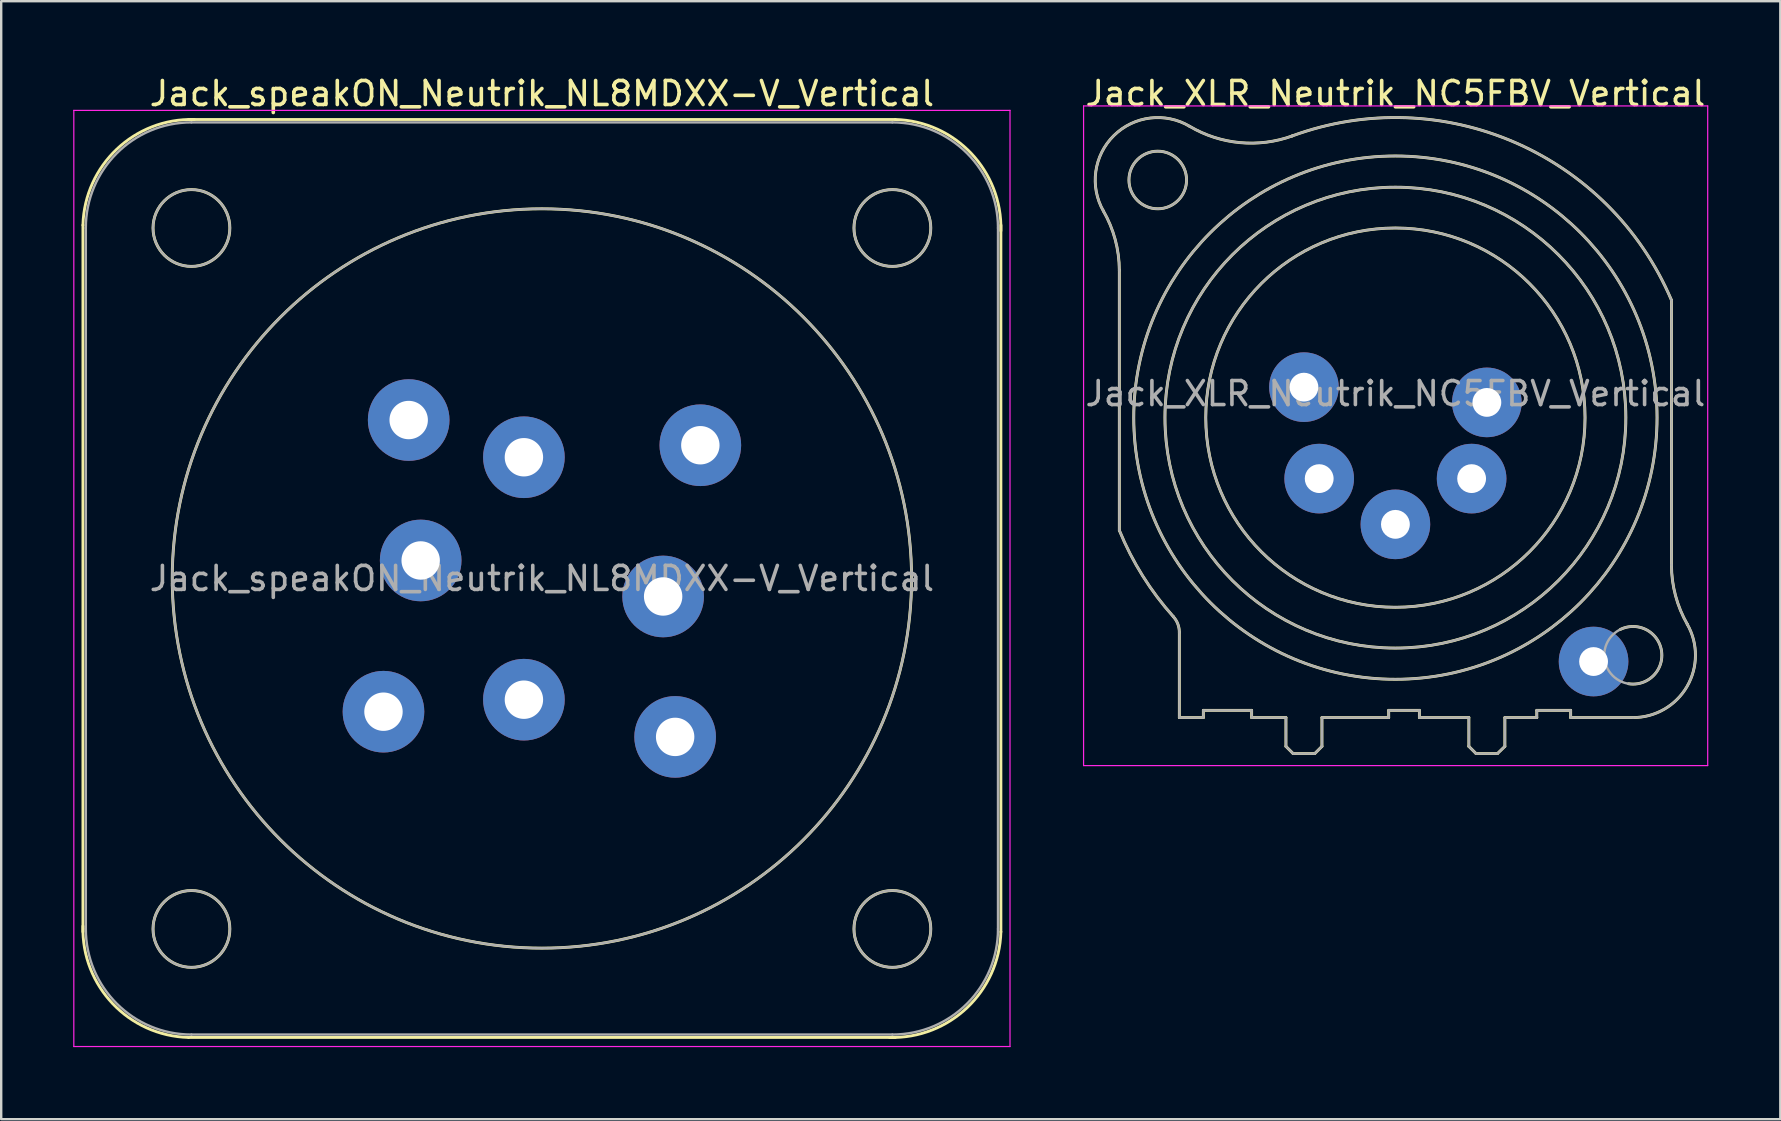
<source format=kicad_pcb>
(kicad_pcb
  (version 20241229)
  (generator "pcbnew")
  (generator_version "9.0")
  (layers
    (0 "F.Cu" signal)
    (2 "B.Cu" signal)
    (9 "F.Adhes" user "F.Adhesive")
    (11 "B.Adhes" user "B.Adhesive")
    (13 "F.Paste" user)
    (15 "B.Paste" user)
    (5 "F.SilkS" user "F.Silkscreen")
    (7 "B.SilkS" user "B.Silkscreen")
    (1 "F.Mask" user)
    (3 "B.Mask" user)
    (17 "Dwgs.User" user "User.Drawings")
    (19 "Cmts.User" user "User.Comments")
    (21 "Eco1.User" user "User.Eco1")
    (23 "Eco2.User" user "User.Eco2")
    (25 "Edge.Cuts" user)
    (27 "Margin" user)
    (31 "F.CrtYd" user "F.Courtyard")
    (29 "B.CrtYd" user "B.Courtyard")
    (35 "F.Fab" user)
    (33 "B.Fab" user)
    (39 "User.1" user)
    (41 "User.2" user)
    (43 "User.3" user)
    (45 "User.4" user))
  (footprint "Jack_XLR_Neutrik_NC5FBV_Vertical"
    (layer "F.Cu")
    (at 58.89 13.713)
    (property "Reference" "Jack_XLR_Neutrik_NC5FBV_Vertical" (at -3.81 -12.865 0) (layer "F.SilkS") (effects (font (size 1 1) (thickness 0.15))))
    (attr through_hole)
    (fp_line (start -15.31 -5.5) (end -15.31 5.33) (stroke (width 0.12) (type solid)) (layer "F.SilkS"))
    (fp_line (start -12.81 9.58) (end -12.81 13.13) (stroke (width 0.12) (type solid)) (layer "F.SilkS"))
    (fp_line (start -11.81 12.83) (end -11.81 13.13) (stroke (width 0.12) (type solid)) (layer "F.SilkS"))
    (fp_line (start -11.81 12.83) (end -9.8 12.83) (stroke (width 0.12) (type solid)) (layer "F.SilkS"))
    (fp_line (start -11.81 13.13) (end -12.81 13.13) (stroke (width 0.12) (type solid)) (layer "F.SilkS"))
    (fp_line (start -9.8 12.83) (end -9.8 13.13) (stroke (width 0.12) (type solid)) (layer "F.SilkS"))
    (fp_line (start -8.37 13.13) (end -9.8 13.13) (stroke (width 0.12) (type solid)) (layer "F.SilkS"))
    (fp_line (start -8.37 13.13) (end -8.37 14.33) (stroke (width 0.12) (type solid)) (layer "F.SilkS"))
    (fp_line (start -8.37 14.33) (end -8.07 14.63) (stroke (width 0.12) (type solid)) (layer "F.SilkS"))
    (fp_line (start -8.07 14.63) (end -7.17 14.63) (stroke (width 0.12) (type solid)) (layer "F.SilkS"))
    (fp_line (start -6.87 13.13) (end -6.87 14.33) (stroke (width 0.12) (type solid)) (layer "F.SilkS"))
    (fp_line (start -6.87 14.33) (end -7.17 14.63) (stroke (width 0.12) (type solid)) (layer "F.SilkS"))
    (fp_line (start -4.09 12.83) (end -4.09 13.13) (stroke (width 0.12) (type solid)) (layer "F.SilkS"))
    (fp_line (start -4.09 12.83) (end -2.81 12.83) (stroke (width 0.12) (type solid)) (layer "F.SilkS"))
    (fp_line (start -4.09 13.13) (end -6.87 13.13) (stroke (width 0.12) (type solid)) (layer "F.SilkS"))
    (fp_line (start -2.81 12.83) (end -2.81 13.13) (stroke (width 0.12) (type solid)) (layer "F.SilkS"))
    (fp_line (start -0.75 13.13) (end -2.81 13.13) (stroke (width 0.12) (type solid)) (layer "F.SilkS"))
    (fp_line (start -0.75 13.13) (end -0.75 14.33) (stroke (width 0.12) (type solid)) (layer "F.SilkS"))
    (fp_line (start -0.75 14.33) (end -0.45 14.63) (stroke (width 0.12) (type solid)) (layer "F.SilkS"))
    (fp_line (start -0.45 14.63) (end 0.44 14.63) (stroke (width 0.12) (type solid)) (layer "F.SilkS"))
    (fp_line (start 0.75 13.13) (end 0.75 14.33) (stroke (width 0.12) (type solid)) (layer "F.SilkS"))
    (fp_line (start 0.75 14.33) (end 0.44 14.63) (stroke (width 0.12) (type solid)) (layer "F.SilkS"))
    (fp_line (start 2.08 12.83) (end 2.08 13.13) (stroke (width 0.12) (type solid)) (layer "F.SilkS"))
    (fp_line (start 2.08 12.83) (end 3.49 12.83) (stroke (width 0.12) (type solid)) (layer "F.SilkS"))
    (fp_line (start 2.08 13.13) (end 0.75 13.13) (stroke (width 0.12) (type solid)) (layer "F.SilkS"))
    (fp_line (start 3.49 12.83) (end 3.49 13.13) (stroke (width 0.12) (type solid)) (layer "F.SilkS"))
    (fp_line (start 6.09 13.13) (end 3.49 13.13) (stroke (width 0.12) (type solid)) (layer "F.SilkS"))
    (fp_line (start 7.69 6.77) (end 7.69 -4.26) (stroke (width 0.12) (type solid)) (layer "F.SilkS"))
    (fp_arc (start -15.978065 -7.979621) (mid -15.482459 -6.783342) (end -15.31 -5.5) (stroke (width 0.12) (type solid)) (layer "F.SilkS"))
    (fp_arc (start -15.970602 -7.965327) (mid -15.537562 -11.11648) (end -12.38 -11.5) (stroke (width 0.12) (type solid)) (layer "F.SilkS"))
    (fp_arc (start -13.064011 8.921714) (mid -12.875705 9.227203) (end -12.81 9.58) (stroke (width 0.12) (type solid)) (layer "F.SilkS"))
    (fp_arc (start -13.054249 8.9318) (mid -14.337308 7.228089) (end -15.31 5.33) (stroke (width 0.12) (type solid)) (layer "F.SilkS"))
    (fp_arc (start -8.116912 -11.097925) (mid 1.152301 -10.83612) (end 7.69 -4.26) (stroke (width 0.12) (type solid)) (layer "F.SilkS"))
    (fp_arc (start -8.098974 -11.103419) (mid -10.283992 -10.821287) (end -12.38 -11.5) (stroke (width 0.12) (type solid)) (layer "F.SilkS"))
    (fp_arc (start 5.554673 9.460872) (mid 7.276356 10.353655) (end 5.9 11.72) (stroke (width 0.12) (type solid)) (layer "F.SilkS"))
    (fp_arc (start 8.348442 9.241807) (mid 8.338255 11.83589) (end 6.09 13.13) (stroke (width 0.12) (type solid)) (layer "F.SilkS"))
    (fp_arc (start 8.351797 9.24598) (mid 7.859562 8.051113) (end 7.69 6.77) (stroke (width 0.12) (type solid)) (layer "F.SilkS"))
    (fp_circle (center -13.71 -9.265) (end -12.51 -9.265) (stroke (width 0.12) (type solid)) (fill no) (layer "F.SilkS"))
    (fp_circle (center -3.81 0.635) (end 4.09 0.635) (stroke (width 0.12) (type solid)) (fill no) (layer "F.SilkS"))
    (fp_circle (center -3.81 0.635) (end 5.79 0.635) (stroke (width 0.12) (type solid)) (fill no) (layer "F.SilkS"))
    (fp_circle (center -3.81 0.635) (end 7.09 0.635) (stroke (width 0.12) (type solid)) (fill no) (layer "F.SilkS"))
    (fp_line (start -16.8 -12.35) (end 9.2 -12.35) (stroke (width 0.05) (type solid)) (layer "F.CrtYd"))
    (fp_line (start -16.8 15.13) (end -16.8 -12.35) (stroke (width 0.05) (type solid)) (layer "F.CrtYd"))
    (fp_line (start 9.2 -12.35) (end 9.2 15.13) (stroke (width 0.05) (type solid)) (layer "F.CrtYd"))
    (fp_line (start 9.2 15.13) (end -16.8 15.13) (stroke (width 0.05) (type solid)) (layer "F.CrtYd"))
    (fp_line (start -15.31 -5.5) (end -15.31 5.33) (stroke (width 0.1) (type solid)) (layer "F.Fab"))
    (fp_line (start -12.81 9.58) (end -12.81 13.13) (stroke (width 0.1) (type solid)) (layer "F.Fab"))
    (fp_line (start -11.81 12.83) (end -11.81 13.13) (stroke (width 0.1) (type solid)) (layer "F.Fab"))
    (fp_line (start -11.81 12.83) (end -9.8 12.83) (stroke (width 0.1) (type solid)) (layer "F.Fab"))
    (fp_line (start -11.81 13.13) (end -12.81 13.13) (stroke (width 0.1) (type solid)) (layer "F.Fab"))
    (fp_line (start -9.8 12.83) (end -9.8 13.13) (stroke (width 0.1) (type solid)) (layer "F.Fab"))
    (fp_line (start -8.37 13.13) (end -9.8 13.13) (stroke (width 0.1) (type solid)) (layer "F.Fab"))
    (fp_line (start -8.37 13.13) (end -8.37 14.33) (stroke (width 0.1) (type solid)) (layer "F.Fab"))
    (fp_line (start -8.37 14.33) (end -8.07 14.63) (stroke (width 0.1) (type solid)) (layer "F.Fab"))
    (fp_line (start -8.07 14.63) (end -7.17 14.63) (stroke (width 0.1) (type solid)) (layer "F.Fab"))
    (fp_line (start -6.87 13.13) (end -6.87 14.33) (stroke (width 0.1) (type solid)) (layer "F.Fab"))
    (fp_line (start -6.87 14.33) (end -7.17 14.63) (stroke (width 0.1) (type solid)) (layer "F.Fab"))
    (fp_line (start -4.09 12.83) (end -4.09 13.13) (stroke (width 0.1) (type solid)) (layer "F.Fab"))
    (fp_line (start -4.09 12.83) (end -2.81 12.83) (stroke (width 0.1) (type solid)) (layer "F.Fab"))
    (fp_line (start -4.09 13.13) (end -6.87 13.13) (stroke (width 0.1) (type solid)) (layer "F.Fab"))
    (fp_line (start -2.81 12.83) (end -2.81 13.13) (stroke (width 0.1) (type solid)) (layer "F.Fab"))
    (fp_line (start -0.75 13.13) (end -2.81 13.13) (stroke (width 0.1) (type solid)) (layer "F.Fab"))
    (fp_line (start -0.75 13.13) (end -0.75 14.33) (stroke (width 0.1) (type solid)) (layer "F.Fab"))
    (fp_line (start -0.75 14.33) (end -0.45 14.63) (stroke (width 0.1) (type solid)) (layer "F.Fab"))
    (fp_line (start -0.45 14.63) (end 0.44 14.63) (stroke (width 0.1) (type solid)) (layer "F.Fab"))
    (fp_line (start 0.75 13.13) (end 0.75 14.33) (stroke (width 0.1) (type solid)) (layer "F.Fab"))
    (fp_line (start 0.75 14.33) (end 0.44 14.63) (stroke (width 0.1) (type solid)) (layer "F.Fab"))
    (fp_line (start 2.08 12.83) (end 2.08 13.13) (stroke (width 0.1) (type solid)) (layer "F.Fab"))
    (fp_line (start 2.08 12.83) (end 3.49 12.83) (stroke (width 0.1) (type solid)) (layer "F.Fab"))
    (fp_line (start 2.08 13.13) (end 0.75 13.13) (stroke (width 0.1) (type solid)) (layer "F.Fab"))
    (fp_line (start 3.49 12.83) (end 3.49 13.13) (stroke (width 0.1) (type solid)) (layer "F.Fab"))
    (fp_line (start 6.09 13.13) (end 3.49 13.13) (stroke (width 0.1) (type solid)) (layer "F.Fab"))
    (fp_line (start 7.69 6.77) (end 7.69 -4.26) (stroke (width 0.1) (type solid)) (layer "F.Fab"))
    (fp_arc (start -15.978065 -7.979621) (mid -15.482459 -6.783342) (end -15.31 -5.5) (stroke (width 0.1) (type solid)) (layer "F.Fab"))
    (fp_arc (start -15.970602 -7.965327) (mid -15.537562 -11.11648) (end -12.38 -11.5) (stroke (width 0.1) (type solid)) (layer "F.Fab"))
    (fp_arc (start -13.064011 8.921714) (mid -12.875705 9.227203) (end -12.81 9.58) (stroke (width 0.1) (type solid)) (layer "F.Fab"))
    (fp_arc (start -13.054249 8.9318) (mid -14.337308 7.228089) (end -15.31 5.33) (stroke (width 0.1) (type solid)) (layer "F.Fab"))
    (fp_arc (start -8.116912 -11.097925) (mid 1.152301 -10.83612) (end 7.69 -4.26) (stroke (width 0.1) (type solid)) (layer "F.Fab"))
    (fp_arc (start -8.098974 -11.103419) (mid -10.283992 -10.821287) (end -12.38 -11.5) (stroke (width 0.1) (type solid)) (layer "F.Fab"))
    (fp_arc (start 8.348442 9.241807) (mid 8.338255 11.83589) (end 6.09 13.13) (stroke (width 0.1) (type solid)) (layer "F.Fab"))
    (fp_arc (start 8.351797 9.24598) (mid 7.859562 8.051113) (end 7.69 6.77) (stroke (width 0.1) (type solid)) (layer "F.Fab"))
    (fp_circle (center -13.71 -9.265) (end -12.51 -9.265) (stroke (width 0.1) (type solid)) (fill no) (layer "F.Fab"))
    (fp_circle (center -3.81 0.635) (end 4.09 0.635) (stroke (width 0.1) (type solid)) (fill no) (layer "F.Fab"))
    (fp_circle (center -3.81 0.635) (end 5.79 0.635) (stroke (width 0.1) (type solid)) (fill no) (layer "F.Fab"))
    (fp_circle (center -3.81 0.635) (end 7.09 0.635) (stroke (width 0.1) (type solid)) (fill no) (layer "F.Fab"))
    (fp_circle (center 6.09 10.535) (end 7.29 10.535) (stroke (width 0.1) (type solid)) (fill no) (layer "F.Fab"))
    (fp_text user "${REFERENCE}" (at -3.81 -0.365 0) (layer "F.Fab") (effects (font (size 1 1) (thickness 0.15))))
    (pad "1" thru_hole circle (at 0 0) (size 2.9 2.9) (drill 1.2) (layers "*.Cu" "*.Mask"))
    (pad "2" thru_hole circle (at -0.635 3.175) (size 2.9 2.9) (drill 1.2) (layers "*.Cu" "*.Mask"))
    (pad "3" thru_hole circle (at -3.81 5.08) (size 2.9 2.9) (drill 1.2) (layers "*.Cu" "*.Mask"))
    (pad "4" thru_hole circle (at -6.985 3.175) (size 2.9 2.9) (drill 1.2) (layers "*.Cu" "*.Mask"))
    (pad "5" thru_hole circle (at -7.62 -0.635) (size 2.9 2.9) (drill 1.2) (layers "*.Cu" "*.Mask"))
    (pad "G" thru_hole circle (at 4.445 10.795) (size 2.9 2.9) (drill 1.2) (layers "*.Cu" "*.Mask")))
  (footprint "Jack_speakON_Neutrik_NL8MDXX-V_Vertical"
    (layer "F.Cu")
    (at 18.775 15.998)
    (property "Reference" "Jack_speakON_Neutrik_NL8MDXX-V_Vertical" (at 0.75 -15.15 0) (layer "F.SilkS") (effects (font (size 1 1) (thickness 0.15))))
    (attr through_hole)
    (fp_line (start -18.37 19.77) (end -18.37 -9.67) (stroke (width 0.12) (type solid)) (layer "F.SilkS"))
    (fp_line (start -13.97 -14.07) (end 15.47 -14.07) (stroke (width 0.12) (type solid)) (layer "F.SilkS"))
    (fp_line (start -13.97 24.17) (end 15.47 24.17) (stroke (width 0.12) (type solid)) (layer "F.SilkS"))
    (fp_line (start 19.87 19.77) (end 19.87 -9.67) (stroke (width 0.12) (type solid)) (layer "F.SilkS"))
    (fp_arc (start -18.37 -9.67) (mid -16.96127 -12.830975) (end -13.73 -14.07) (stroke (width 0.12) (type solid)) (layer "F.SilkS"))
    (fp_arc (start -13.97 24.17) (mid -17.130975 22.76127) (end -18.37 19.53) (stroke (width 0.12) (type solid)) (layer "F.SilkS"))
    (fp_arc (start 15.47 -14.07) (mid 18.630975 -12.66127) (end 19.87 -9.43) (stroke (width 0.12) (type solid)) (layer "F.SilkS"))
    (fp_arc (start 19.87 19.77) (mid 18.46127 22.930975) (end 15.23 24.17) (stroke (width 0.12) (type solid)) (layer "F.SilkS"))
    (fp_circle (center -13.85 -9.55) (end -12.25 -9.55) (stroke (width 0.12) (type solid)) (fill no) (layer "F.SilkS"))
    (fp_circle (center -13.85 19.65) (end -12.25 19.65) (stroke (width 0.12) (type solid)) (fill no) (layer "F.SilkS"))
    (fp_circle (center 0.75 5.05) (end 16.15 5.05) (stroke (width 0.12) (type solid)) (fill no) (layer "F.SilkS"))
    (fp_circle (center 15.35 -9.55) (end 16.95 -9.55) (stroke (width 0.12) (type solid)) (fill no) (layer "F.SilkS"))
    (fp_circle (center 15.35 19.65) (end 16.95 19.65) (stroke (width 0.12) (type solid)) (fill no) (layer "F.SilkS"))
    (fp_line (start -18.75 -14.45) (end 20.25 -14.45) (stroke (width 0.05) (type solid)) (layer "F.CrtYd"))
    (fp_line (start -18.75 24.55) (end -18.75 -14.45) (stroke (width 0.05) (type solid)) (layer "F.CrtYd"))
    (fp_line (start -18.75 24.55) (end 20.25 24.55) (stroke (width 0.05) (type solid)) (layer "F.CrtYd"))
    (fp_line (start 20.25 24.55) (end 20.25 -14.45) (stroke (width 0.05) (type solid)) (layer "F.CrtYd"))
    (fp_line (start -18.25 19.65) (end -18.25 -9.55) (stroke (width 0.1) (type solid)) (layer "F.Fab"))
    (fp_line (start -13.85 -13.95) (end 15.35 -13.95) (stroke (width 0.1) (type solid)) (layer "F.Fab"))
    (fp_line (start -13.85 24.05) (end 15.35 24.05) (stroke (width 0.1) (type solid)) (layer "F.Fab"))
    (fp_line (start 19.75 19.65) (end 19.75 -9.55) (stroke (width 0.1) (type solid)) (layer "F.Fab"))
    (fp_arc (start -18.25 -9.55) (mid -16.96127 -12.66127) (end -13.85 -13.95) (stroke (width 0.1) (type solid)) (layer "F.Fab"))
    (fp_arc (start -13.85 24.05) (mid -16.96127 22.76127) (end -18.25 19.65) (stroke (width 0.1) (type solid)) (layer "F.Fab"))
    (fp_arc (start 15.35 -13.95) (mid 18.46127 -12.66127) (end 19.75 -9.55) (stroke (width 0.1) (type solid)) (layer "F.Fab"))
    (fp_arc (start 19.75 19.65) (mid 18.46127 22.76127) (end 15.35 24.05) (stroke (width 0.1) (type solid)) (layer "F.Fab"))
    (fp_circle (center -13.85 -9.55) (end -12.25 -9.55) (stroke (width 0.1) (type solid)) (fill no) (layer "F.Fab"))
    (fp_circle (center -13.85 19.65) (end -12.25 19.65) (stroke (width 0.1) (type solid)) (fill no) (layer "F.Fab"))
    (fp_circle (center 0.75 5.05) (end 16.15 5.05) (stroke (width 0.1) (type solid)) (fill no) (layer "F.Fab"))
    (fp_circle (center 15.35 -9.55) (end 13.75 -9.55) (stroke (width 0.1) (type solid)) (fill no) (layer "F.Fab"))
    (fp_circle (center 15.35 19.65) (end 13.75 19.65) (stroke (width 0.1) (type solid)) (fill no) (layer "F.Fab"))
    (fp_text user "${REFERENCE}" (at 0.75 5.05 0) (layer "F.Fab") (effects (font (size 1 1) (thickness 0.15))))
    (pad "1+" thru_hole circle (at 0 0) (size 3.4 3.4) (drill 1.6) (layers "*.Cu" "*.Mask"))
    (pad "1-" thru_hole circle (at -4.8 -1.55) (size 3.4 3.4) (drill 1.6) (layers "*.Cu" "*.Mask"))
    (pad "2+" thru_hole circle (at -4.3 4.3) (size 3.4 3.4) (drill 1.6) (layers "*.Cu" "*.Mask"))
    (pad "2-" thru_hole circle (at -5.85 10.6) (size 3.4 3.4) (drill 1.6) (layers "*.Cu" "*.Mask"))
    (pad "3+" thru_hole circle (at 0 10.1) (size 3.4 3.4) (drill 1.6) (layers "*.Cu" "*.Mask"))
    (pad "3-" thru_hole circle (at 6.3 11.65) (size 3.4 3.4) (drill 1.6) (layers "*.Cu" "*.Mask"))
    (pad "4+" thru_hole circle (at 5.8 5.8) (size 3.4 3.4) (drill 1.6) (layers "*.Cu" "*.Mask"))
    (pad "4-" thru_hole circle (at 7.35 -0.5) (size 3.4 3.4) (drill 1.6) (layers "*.Cu" "*.Mask")))
  (gr_rect
    (start -3 -3)
    (end 71.115 43.573)
    (stroke (width 0.1) (type default))
    (fill no)
    (layer "Edge.Cuts")))
</source>
